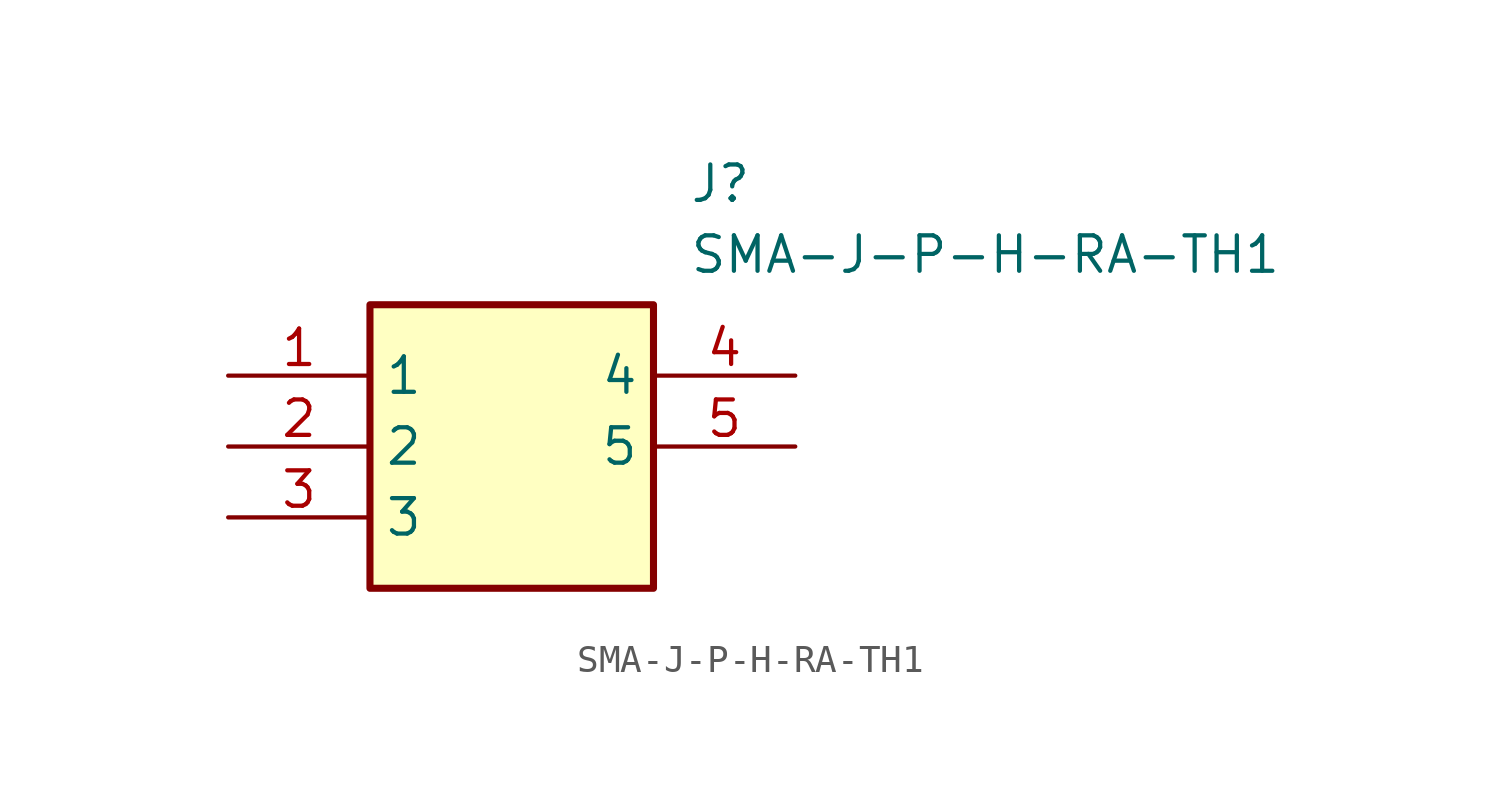
<source format=kicad_sym>
(kicad_symbol_lib
  (version 20211014)
  (generator SamacSys_ECAD_Model)
  (symbol "SMA-J-P-H-RA-TH1"
    (property "Reference" "J"
      (at 16.51 7.62 0)
      (effects (font (size 1.27 1.27)) (justify left top)))
    (property "Value" "SMA-J-P-H-RA-TH1"
      (at 16.51 5.08 0)
      (effects (font (size 1.27 1.27)) (justify left top)))
    (rectangle
      (start 5.08 2.54)
      (end 15.24 -7.62)
      (stroke (width 0.254) (type default))
      (fill (type background)))
    (pin passive line
      (at 0 0 0)
      (length 5.08)
      (name "1" (effects (font (size 1.27 1.27))))
      (number "1" (effects (font (size 1.27 1.27)))))
    (pin passive line
      (at 0 -2.54 0)
      (length 5.08)
      (name "2" (effects (font (size 1.27 1.27))))
      (number "2" (effects (font (size 1.27 1.27)))))
    (pin passive line
      (at 0 -5.08 0)
      (length 5.08)
      (name "3" (effects (font (size 1.27 1.27))))
      (number "3" (effects (font (size 1.27 1.27)))))
    (pin passive line
      (at 20.32 0 180)
      (length 5.08)
      (name "4" (effects (font (size 1.27 1.27))))
      (number "4" (effects (font (size 1.27 1.27)))))
    (pin passive line
      (at 20.32 -2.54 180)
      (length 5.08)
      (name "5" (effects (font (size 1.27 1.27))))
      (number "5" (effects (font (size 1.27 1.27)))))))
</source>
